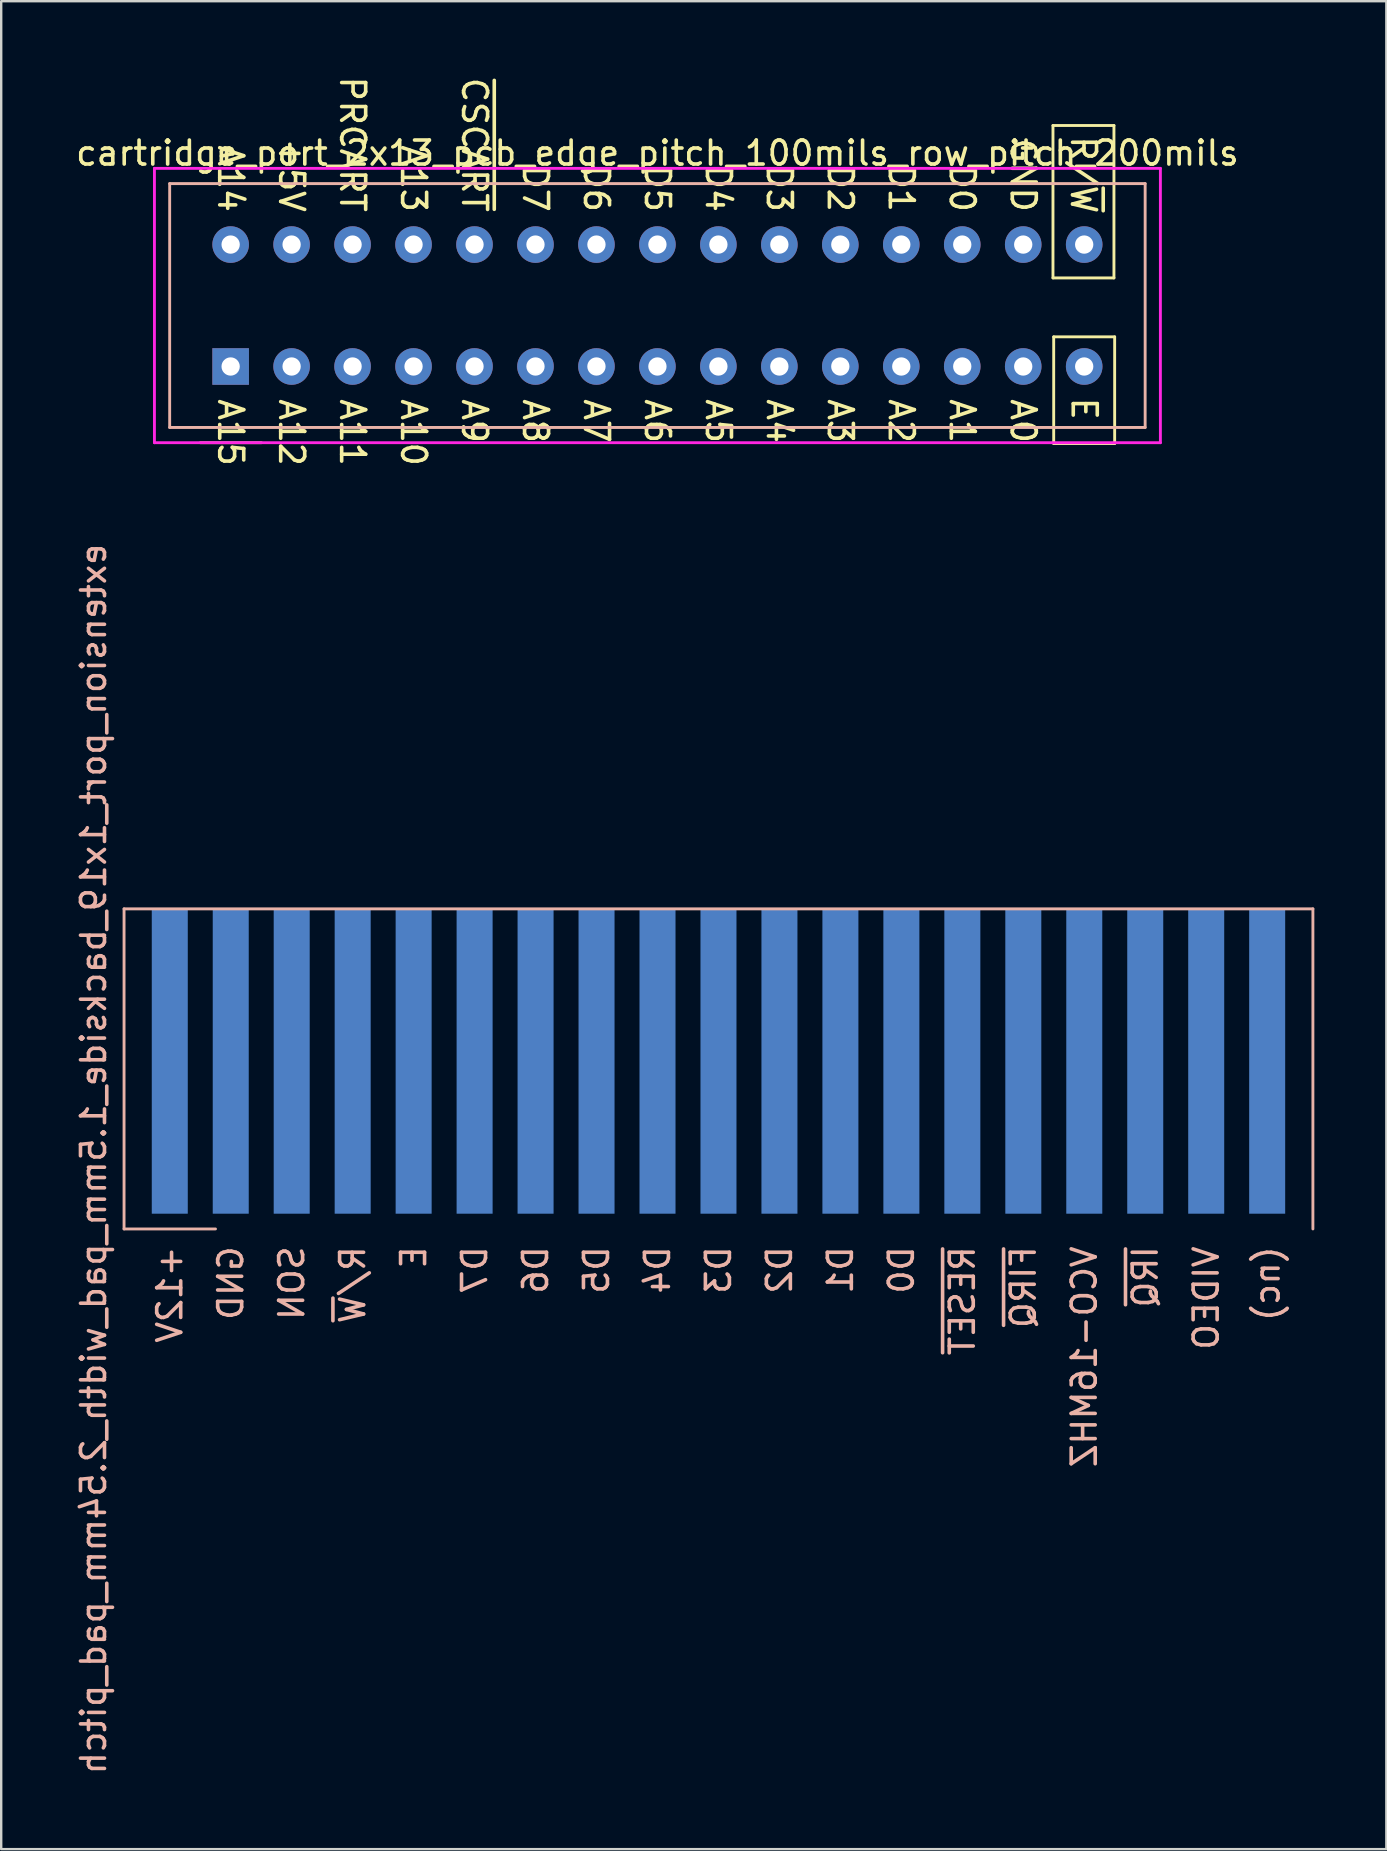
<source format=kicad_pcb>
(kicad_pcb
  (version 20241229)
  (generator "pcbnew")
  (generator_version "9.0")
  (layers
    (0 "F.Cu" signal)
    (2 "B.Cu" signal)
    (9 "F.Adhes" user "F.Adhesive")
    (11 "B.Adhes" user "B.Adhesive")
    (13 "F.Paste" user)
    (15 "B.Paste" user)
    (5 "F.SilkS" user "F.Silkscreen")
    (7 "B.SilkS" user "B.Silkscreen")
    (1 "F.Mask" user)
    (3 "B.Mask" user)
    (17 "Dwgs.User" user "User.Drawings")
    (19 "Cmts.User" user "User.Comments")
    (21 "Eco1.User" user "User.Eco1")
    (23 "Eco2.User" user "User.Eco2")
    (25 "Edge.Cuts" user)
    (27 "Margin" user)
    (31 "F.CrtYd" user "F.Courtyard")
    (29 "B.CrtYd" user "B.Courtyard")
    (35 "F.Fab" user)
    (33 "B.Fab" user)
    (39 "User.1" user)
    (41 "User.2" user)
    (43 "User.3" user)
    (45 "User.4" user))
  (footprint "extension_port_1x19_backside_1.5mm_pad_width_2.54mm_pad_pitch"
    (layer "F.Cu")
    (at 26.883 41.165)
    (property "Reference" "extension_port_1x19_backside_1.5mm_pad_width_2.54mm_pad_pitch" (at -26.035 4.08 90) (unlocked yes) (layer "B.SilkS") (effects (font (size 1 1) (thickness 0.15)) (justify mirror)))
    (attr smd)
    (fp_line (start -24.765 -6.35) (end 24.765 -6.35) (stroke (width 0.12) (type solid)) (layer "B.SilkS"))
    (fp_line (start -24.765 6.985) (end -24.765 -6.35) (stroke (width 0.12) (type solid)) (layer "B.SilkS"))
    (fp_line (start -24.765 6.985) (end -20.955 6.985) (stroke (width 0.12) (type solid)) (layer "B.SilkS"))
    (fp_line (start 24.765 -6.35) (end 24.765 6.985) (stroke (width 0.12) (type solid)) (layer "B.SilkS"))
    (fp_text user "D0" (at 7.62 7.62 90) (unlocked yes) (layer "B.SilkS") (effects (font (size 1 1) (thickness 0.15)) (justify left mirror)))
    (fp_text user "(nc)" (at 22.86 7.62 90) (unlocked yes) (layer "B.SilkS") (effects (font (size 1 1) (thickness 0.15)) (justify left mirror)))
    (fp_text user "VCO-16MHZ" (at 15.24 7.62 90) (unlocked yes) (layer "B.SilkS") (effects (font (size 1 1) (thickness 0.15)) (justify left mirror)))
    (fp_text user "GND" (at -20.32 7.62 90) (unlocked yes) (layer "B.SilkS") (effects (font (size 1 1) (thickness 0.15)) (justify left mirror)))
    (fp_text user "~{RESET}" (at 10.16 7.62 90) (unlocked yes) (layer "B.SilkS") (effects (font (size 1 1) (thickness 0.15)) (justify left mirror)))
    (fp_text user "D3" (at 0 7.62 90) (unlocked yes) (layer "B.SilkS") (effects (font (size 1 1) (thickness 0.15)) (justify left mirror)))
    (fp_text user "SON" (at -17.78 7.62 90) (unlocked yes) (layer "B.SilkS") (effects (font (size 1 1) (thickness 0.15)) (justify left mirror)))
    (fp_text user "E" (at -12.7 7.62 90) (unlocked yes) (layer "B.SilkS") (effects (font (size 1 1) (thickness 0.15)) (justify left mirror)))
    (fp_text user "+12V" (at -22.86 7.62 90) (unlocked yes) (layer "B.SilkS") (effects (font (size 1 1) (thickness 0.15)) (justify left mirror)))
    (fp_text user "D7" (at -10.16 7.62 90) (unlocked yes) (layer "B.SilkS") (effects (font (size 1 1) (thickness 0.15)) (justify left mirror)))
    (fp_text user "D6" (at -7.62 7.62 90) (unlocked yes) (layer "B.SilkS") (effects (font (size 1 1) (thickness 0.15)) (justify left mirror)))
    (fp_text user "D5" (at -5.08 7.62 90) (unlocked yes) (layer "B.SilkS") (effects (font (size 1 1) (thickness 0.15)) (justify left mirror)))
    (fp_text user "VIDEO" (at 20.32 7.62 90) (unlocked yes) (layer "B.SilkS") (effects (font (size 1 1) (thickness 0.15)) (justify left mirror)))
    (fp_text user "D2" (at 2.54 7.62 90) (unlocked yes) (layer "B.SilkS") (effects (font (size 1 1) (thickness 0.15)) (justify left mirror)))
    (fp_text user "~{IRQ}" (at 17.78 7.62 90) (unlocked yes) (layer "B.SilkS") (effects (font (size 1 1) (thickness 0.15)) (justify left mirror)))
    (fp_text user "~{FIRQ}" (at 12.7 7.62 90) (unlocked yes) (layer "B.SilkS") (effects (font (size 1 1) (thickness 0.15)) (justify left mirror)))
    (fp_text user "R/~{W}" (at -15.24 7.62 90) (unlocked yes) (layer "B.SilkS") (effects (font (size 1 1) (thickness 0.15)) (justify left mirror)))
    (fp_text user "D1" (at 5.08 7.62 90) (unlocked yes) (layer "B.SilkS") (effects (font (size 1 1) (thickness 0.15)) (justify left mirror)))
    (fp_text user "D4" (at -2.54 7.62 90) (unlocked yes) (layer "B.SilkS") (effects (font (size 1 1) (thickness 0.15)) (justify left mirror)))
    (pad "1" connect rect (at -22.86 0 180) (size 1.5 12.7) (layers "B.Cu" "B.Mask"))
    (pad "2" connect rect (at -20.32 0 180) (size 1.5 12.7) (layers "B.Cu" "B.Mask"))
    (pad "3" connect rect (at -17.78 0 180) (size 1.5 12.7) (layers "B.Cu" "B.Mask"))
    (pad "4" connect rect (at -15.24 0 180) (size 1.5 12.7) (layers "B.Cu" "B.Mask"))
    (pad "5" connect rect (at -12.7 0 180) (size 1.5 12.7) (layers "B.Cu" "B.Mask"))
    (pad "6" connect rect (at -10.16 0 180) (size 1.5 12.7) (layers "B.Cu" "B.Mask"))
    (pad "7" connect rect (at -7.62 0 180) (size 1.5 12.7) (layers "B.Cu" "B.Mask"))
    (pad "8" connect rect (at -5.08 0 180) (size 1.5 12.7) (layers "B.Cu" "B.Mask"))
    (pad "9" connect rect (at -2.54 0 180) (size 1.5 12.7) (layers "B.Cu" "B.Mask"))
    (pad "10" connect rect (at 0 0 180) (size 1.5 12.7) (layers "B.Cu" "B.Mask"))
    (pad "11" connect rect (at 2.54 0 180) (size 1.5 12.7) (layers "B.Cu" "B.Mask"))
    (pad "12" connect rect (at 5.08 0 180) (size 1.5 12.7) (layers "B.Cu" "B.Mask"))
    (pad "13" connect rect (at 7.62 0 180) (size 1.5 12.7) (layers "B.Cu" "B.Mask"))
    (pad "14" connect rect (at 10.16 0 180) (size 1.5 12.7) (layers "B.Cu" "B.Mask"))
    (pad "15" connect rect (at 12.7 0 180) (size 1.5 12.7) (layers "B.Cu" "B.Mask"))
    (pad "16" connect rect (at 15.24 0 180) (size 1.5 12.7) (layers "B.Cu" "B.Mask"))
    (pad "17" connect rect (at 17.78 0 180) (size 1.5 12.7) (layers "B.Cu" "B.Mask"))
    (pad "18" connect rect (at 20.32 0 180) (size 1.5 12.7) (layers "B.Cu" "B.Mask"))
    (pad "19" connect rect (at 22.86 0 180) (size 1.5 12.7) (layers "B.Cu" "B.Mask")))
  (footprint "cartridge_port_2x13_pcb_edge_pitch_100mils_row_pitch_200mils"
    (layer "F.Cu")
    (at 24.339 9.679)
    (property "Reference" "cartridge_port_2x13_pcb_edge_pitch_100mils_row_pitch_200mils" (at 0 -6.35 0) (unlocked yes) (layer "F.SilkS") (effects (font (size 1 1) (thickness 0.15))))
    (attr through_hole)
    (fp_line (start 16.48 -7.5) (end 16.48 -1.15) (stroke (width 0.12) (type solid)) (layer "F.SilkS"))
    (fp_line (start 16.48 -7.5) (end 19.02 -7.5) (stroke (width 0.12) (type solid)) (layer "F.SilkS"))
    (fp_line (start 16.51 1.305) (end 16.51 5.75) (stroke (width 0.12) (type solid)) (layer "F.SilkS"))
    (fp_line (start 16.51 1.305) (end 19.05 1.305) (stroke (width 0.12) (type solid)) (layer "F.SilkS"))
    (fp_line (start 19.02 -1.15) (end 16.48 -1.15) (stroke (width 0.12) (type solid)) (layer "F.SilkS"))
    (fp_line (start 19.02 -1.15) (end 19.02 -7.5) (stroke (width 0.12) (type solid)) (layer "F.SilkS"))
    (fp_line (start 19.05 5.75) (end 16.51 5.75) (stroke (width 0.12) (type solid)) (layer "F.SilkS"))
    (fp_line (start 19.05 5.75) (end 19.05 1.305) (stroke (width 0.12) (type solid)) (layer "F.SilkS"))
    (fp_line (start -20.32 -5.08) (end -20.32 5.08) (stroke (width 0.12) (type solid)) (layer "B.SilkS"))
    (fp_line (start -20.32 5.08) (end 20.32 5.08) (stroke (width 0.12) (type solid)) (layer "B.SilkS"))
    (fp_line (start -16.5 5.715) (end -19.04 5.715) (stroke (width 0.12) (type solid)) (layer "B.SilkS"))
    (fp_line (start 20.32 -5.08) (end -20.32 -5.08) (stroke (width 0.12) (type solid)) (layer "B.SilkS"))
    (fp_line (start 20.32 5.08) (end 20.32 -5.08) (stroke (width 0.12) (type solid)) (layer "B.SilkS"))
    (fp_line (start -20.955 -5.715) (end 20.955 -5.715) (stroke (width 0.12) (type solid)) (layer "F.CrtYd"))
    (fp_line (start -20.955 5.715) (end -20.955 -5.715) (stroke (width 0.12) (type solid)) (layer "F.CrtYd"))
    (fp_line (start 20.955 -5.715) (end 20.955 5.715) (stroke (width 0.12) (type solid)) (layer "F.CrtYd"))
    (fp_line (start 20.955 5.715) (end -20.955 5.715) (stroke (width 0.12) (type solid)) (layer "F.CrtYd"))
    (fp_text user "A13" (at -10.16 -3.81 270) (unlocked yes) (layer "F.SilkS") (effects (font (size 1 1) (thickness 0.15)) (justify right)))
    (fp_text user "A12" (at -15.24 3.81 270) (unlocked yes) (layer "F.SilkS") (effects (font (size 1 1) (thickness 0.15)) (justify left)))
    (fp_text user "A15" (at -17.78 3.81 270) (unlocked yes) (layer "F.SilkS") (effects (font (size 1 1) (thickness 0.15)) (justify left)))
    (fp_text user "D7" (at -5.08 -3.81 270) (unlocked yes) (layer "F.SilkS") (effects (font (size 1 1) (thickness 0.15)) (justify right)))
    (fp_text user "A4" (at 5.08 3.81 270) (unlocked yes) (layer "F.SilkS") (effects (font (size 1 1) (thickness 0.15)) (justify left)))
    (fp_text user "A6" (at 0 3.81 270) (unlocked yes) (layer "F.SilkS") (effects (font (size 1 1) (thickness 0.15)) (justify left)))
    (fp_text user "D5" (at 0 -3.81 270) (unlocked yes) (layer "F.SilkS") (effects (font (size 1 1) (thickness 0.15)) (justify right)))
    (fp_text user "A3" (at 7.62 3.81 270) (unlocked yes) (layer "F.SilkS") (effects (font (size 1 1) (thickness 0.15)) (justify left)))
    (fp_text user "A0" (at 15.24 3.81 270) (unlocked yes) (layer "F.SilkS") (effects (font (size 1 1) (thickness 0.15)) (justify left)))
    (fp_text user "~{CSCART}" (at -7.62 -3.81 270) (unlocked yes) (layer "F.SilkS") (effects (font (size 1 1) (thickness 0.15)) (justify right)))
    (fp_text user "A5" (at 2.54 3.81 270) (unlocked yes) (layer "F.SilkS") (effects (font (size 1 1) (thickness 0.15)) (justify left)))
    (fp_text user "A14" (at -17.78 -3.81 270) (unlocked yes) (layer "F.SilkS") (effects (font (size 1 1) (thickness 0.15)) (justify right)))
    (fp_text user "E" (at 17.78 3.75 270) (unlocked yes) (layer "F.SilkS") (effects (font (size 1 1) (thickness 0.15)) (justify left)))
    (fp_text user "PRCART" (at -12.7 -3.81 270) (unlocked yes) (layer "F.SilkS") (effects (font (size 1 1) (thickness 0.15)) (justify right)))
    (fp_text user "A8" (at -5.08 3.81 270) (unlocked yes) (layer "F.SilkS") (effects (font (size 1 1) (thickness 0.15)) (justify left)))
    (fp_text user "A7" (at -2.54 3.81 270) (unlocked yes) (layer "F.SilkS") (effects (font (size 1 1) (thickness 0.15)) (justify left)))
    (fp_text user "+5V" (at -15.24 -3.81 270) (unlocked yes) (layer "F.SilkS") (effects (font (size 1 1) (thickness 0.15)) (justify right)))
    (fp_text user "A10" (at -10.16 3.81 270) (unlocked yes) (layer "F.SilkS") (effects (font (size 1 1) (thickness 0.15)) (justify left)))
    (fp_text user "D1" (at 10.16 -3.81 270) (unlocked yes) (layer "F.SilkS") (effects (font (size 1 1) (thickness 0.15)) (justify right)))
    (fp_text user "D2" (at 7.62 -3.81 270) (unlocked yes) (layer "F.SilkS") (effects (font (size 1 1) (thickness 0.15)) (justify right)))
    (fp_text user "D6" (at -2.54 -3.81 270) (unlocked yes) (layer "F.SilkS") (effects (font (size 1 1) (thickness 0.15)) (justify right)))
    (fp_text user "D0" (at 12.7 -3.81 270) (unlocked yes) (layer "F.SilkS") (effects (font (size 1 1) (thickness 0.15)) (justify right)))
    (fp_text user "A11" (at -12.7 3.81 270) (unlocked yes) (layer "F.SilkS") (effects (font (size 1 1) (thickness 0.15)) (justify left)))
    (fp_text user "A9" (at -7.62 3.81 270) (unlocked yes) (layer "F.SilkS") (effects (font (size 1 1) (thickness 0.15)) (justify left)))
    (fp_text user "GND" (at 15.24 -3.81 270) (unlocked yes) (layer "F.SilkS") (effects (font (size 1 1) (thickness 0.15)) (justify right)))
    (fp_text user "D4" (at 2.54 -3.81 270) (unlocked yes) (layer "F.SilkS") (effects (font (size 1 1) (thickness 0.15)) (justify right)))
    (fp_text user "R/~{W}" (at 17.75 -3.75 270) (unlocked yes) (layer "F.SilkS") (effects (font (size 1 1) (thickness 0.15)) (justify right)))
    (fp_text user "A2" (at 10.16 3.81 270) (unlocked yes) (layer "F.SilkS") (effects (font (size 1 1) (thickness 0.15)) (justify left)))
    (fp_text user "A1" (at 12.7 3.81 270) (unlocked yes) (layer "F.SilkS") (effects (font (size 1 1) (thickness 0.15)) (justify left)))
    (fp_text user "D3" (at 5.08 -3.81 270) (unlocked yes) (layer "F.SilkS") (effects (font (size 1 1) (thickness 0.15)) (justify right)))
    (pad "a1" thru_hole rect (at -17.78 2.54) (size 1.524 1.524) (drill 0.762) (layers "*.Cu" "*.Mask"))
    (pad "a2" thru_hole circle (at -15.24 2.54) (size 1.524 1.524) (drill 0.762) (layers "*.Cu" "*.Mask"))
    (pad "a3" thru_hole circle (at -12.7 2.54) (size 1.524 1.524) (drill 0.762) (layers "*.Cu" "*.Mask"))
    (pad "a4" thru_hole circle (at -10.16 2.54) (size 1.524 1.524) (drill 0.762) (layers "*.Cu" "*.Mask"))
    (pad "a5" thru_hole circle (at -7.62 2.54) (size 1.524 1.524) (drill 0.762) (layers "*.Cu" "*.Mask"))
    (pad "a6" thru_hole circle (at -5.08 2.54) (size 1.524 1.524) (drill 0.762) (layers "*.Cu" "*.Mask"))
    (pad "a7" thru_hole circle (at -2.54 2.54) (size 1.524 1.524) (drill 0.762) (layers "*.Cu" "*.Mask"))
    (pad "a8" thru_hole circle (at 0 2.54) (size 1.524 1.524) (drill 0.762) (layers "*.Cu" "*.Mask"))
    (pad "a9" thru_hole circle (at 2.54 2.54) (size 1.524 1.524) (drill 0.762) (layers "*.Cu" "*.Mask"))
    (pad "a10" thru_hole circle (at 5.08 2.54) (size 1.524 1.524) (drill 0.762) (layers "*.Cu" "*.Mask"))
    (pad "a11" thru_hole circle (at 7.62 2.54) (size 1.524 1.524) (drill 0.762) (layers "*.Cu" "*.Mask"))
    (pad "a12" thru_hole circle (at 10.16 2.54) (size 1.524 1.524) (drill 0.762) (layers "*.Cu" "*.Mask"))
    (pad "a13" thru_hole circle (at 12.7 2.54) (size 1.524 1.524) (drill 0.762) (layers "*.Cu" "*.Mask"))
    (pad "a14" thru_hole circle (at 15.24 2.54) (size 1.524 1.524) (drill 0.762) (layers "*.Cu" "*.Mask"))
    (pad "a15" thru_hole circle (at 17.78 2.54) (size 1.524 1.524) (drill 0.762) (layers "*.Cu" "*.Mask"))
    (pad "b1" thru_hole circle (at -17.78 -2.54) (size 1.524 1.524) (drill 0.762) (layers "*.Cu" "*.Mask"))
    (pad "b2" thru_hole circle (at -15.24 -2.54) (size 1.524 1.524) (drill 0.762) (layers "*.Cu" "*.Mask"))
    (pad "b3" thru_hole circle (at -12.7 -2.54) (size 1.524 1.524) (drill 0.762) (layers "*.Cu" "*.Mask"))
    (pad "b4" thru_hole circle (at -10.16 -2.54) (size 1.524 1.524) (drill 0.762) (layers "*.Cu" "*.Mask"))
    (pad "b5" thru_hole circle (at -7.62 -2.54) (size 1.524 1.524) (drill 0.762) (layers "*.Cu" "*.Mask"))
    (pad "b6" thru_hole circle (at -5.08 -2.54) (size 1.524 1.524) (drill 0.762) (layers "*.Cu" "*.Mask"))
    (pad "b7" thru_hole circle (at -2.54 -2.54) (size 1.524 1.524) (drill 0.762) (layers "*.Cu" "*.Mask"))
    (pad "b8" thru_hole circle (at 0 -2.54) (size 1.524 1.524) (drill 0.762) (layers "*.Cu" "*.Mask"))
    (pad "b9" thru_hole circle (at 2.54 -2.54) (size 1.524 1.524) (drill 0.762) (layers "*.Cu" "*.Mask"))
    (pad "b10" thru_hole circle (at 5.08 -2.54) (size 1.524 1.524) (drill 0.762) (layers "*.Cu" "*.Mask"))
    (pad "b11" thru_hole circle (at 7.62 -2.54) (size 1.524 1.524) (drill 0.762) (layers "*.Cu" "*.Mask"))
    (pad "b12" thru_hole circle (at 10.16 -2.54) (size 1.524 1.524) (drill 0.762) (layers "*.Cu" "*.Mask"))
    (pad "b13" thru_hole circle (at 12.7 -2.54) (size 1.524 1.524) (drill 0.762) (layers "*.Cu" "*.Mask"))
    (pad "b14" thru_hole circle (at 15.24 -2.54) (size 1.524 1.524) (drill 0.762) (layers "*.Cu" "*.Mask"))
    (pad "b15" thru_hole circle (at 17.78 -2.54) (size 1.524 1.524) (drill 0.762) (layers "*.Cu" "*.Mask")))
  (gr_rect
    (start -3 -3)
    (end 54.708 73.989)
    (stroke (width 0.1) (type default))
    (fill no)
    (layer "Edge.Cuts")))
</source>
